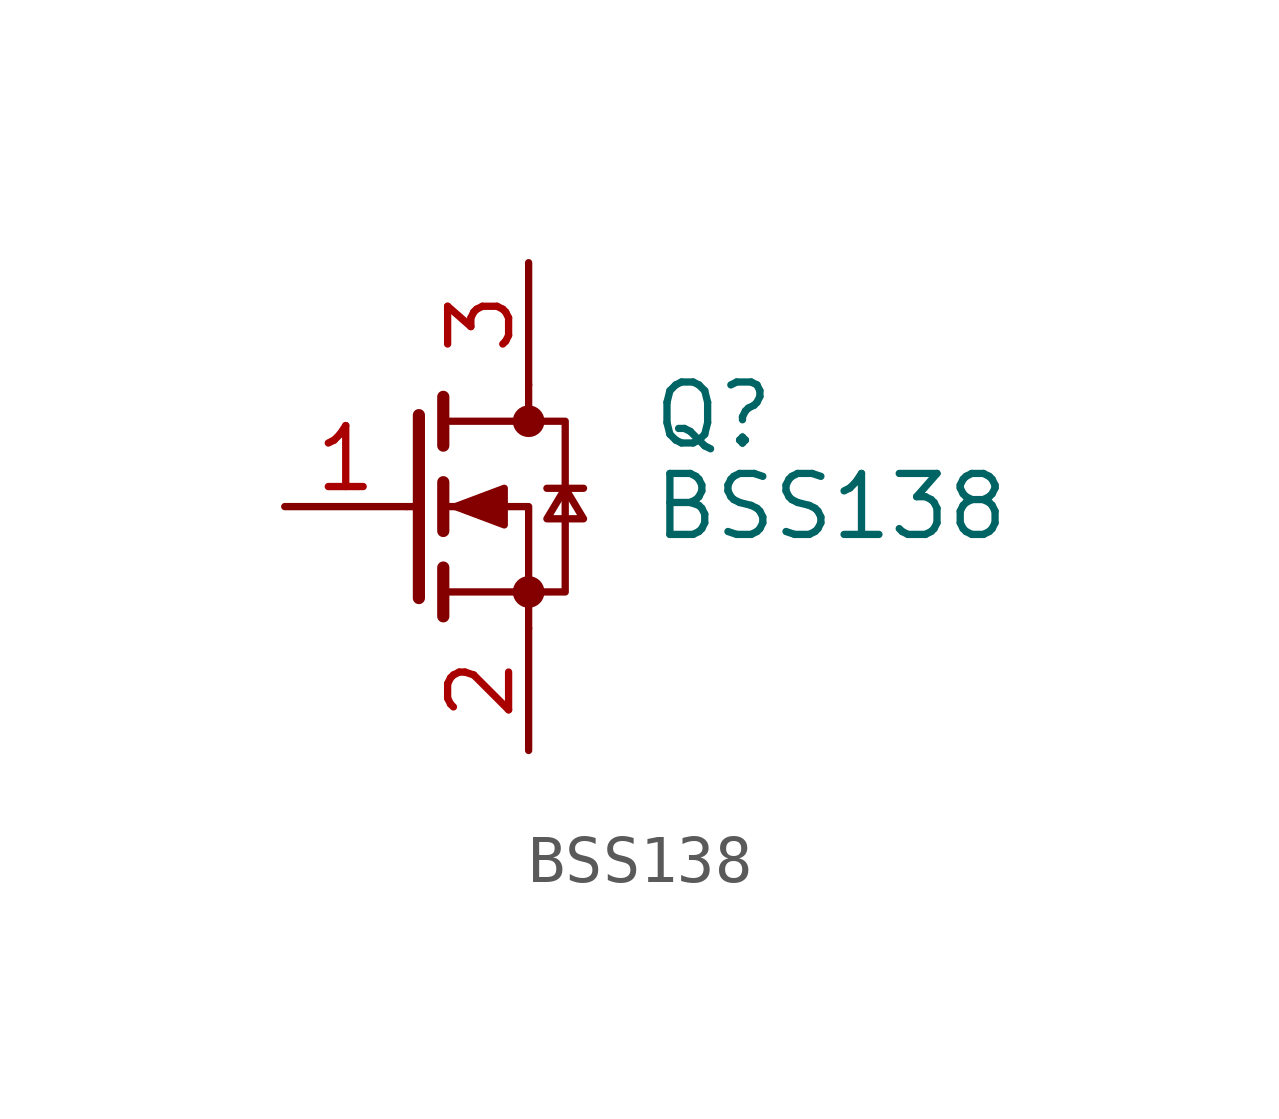
<source format=kicad_sym>
(kicad_symbol_lib
  (version 20241209)
  (generator "kicad_symbol_editor")
  (generator_version "9.0")
  (symbol "BSS138"
    (pin_names
      (offset 0)
      (hide yes))
    (property "Reference" "Q"
      (at 5.08 1.905 0)
      (effects (font (size 1.27 1.27)) (justify left)))
    (property "Value" "BSS138"
      (at 5.08 0 0)
      (effects (font (size 1.27 1.27)) (justify left)))
    (symbol "BSS138_0_1"
      (polyline (pts (xy 0.254 1.905) (xy 0.254 -1.905)) (stroke (width 0.254) (type default)) (fill (type none)))
      (polyline (pts (xy 0.254 0) (xy 0 0)) (stroke (width 0) (type default)) (fill (type none)))
      (polyline (pts (xy 0.762 2.286) (xy 0.762 1.27)) (stroke (width 0.254) (type default)) (fill (type none)))
      (polyline (pts (xy 0.762 0.508) (xy 0.762 -0.508)) (stroke (width 0.254) (type default)) (fill (type none)))
      (polyline (pts (xy 0.762 -1.27) (xy 0.762 -2.286)) (stroke (width 0.254) (type default)) (fill (type none)))
      (polyline (pts (xy 0.762 -1.778) (xy 3.302 -1.778) (xy 3.302 1.778) (xy 0.762 1.778)) (stroke (width 0) (type default)) (fill (type none)))
      (polyline (pts (xy 1.016 0) (xy 2.032 0.381) (xy 2.032 -0.381) (xy 1.016 0)) (stroke (width 0) (type default)) (fill (type outline)))
      (polyline (pts (xy 2.54 2.54) (xy 2.54 1.778)) (stroke (width 0) (type default)) (fill (type none)))
      (circle (center 2.54 1.778) (radius 0.254) (stroke (width 0) (type default)) (fill (type outline)))
      (circle (center 2.54 -1.778) (radius 0.254) (stroke (width 0) (type default)) (fill (type outline)))
      (polyline (pts (xy 2.54 -2.54) (xy 2.54 0) (xy 0.762 0)) (stroke (width 0) (type default)) (fill (type none)))
      (polyline (pts (xy 2.921 0.381) (xy 3.683 0.381)) (stroke (width 0) (type default)) (fill (type none)))
      (polyline (pts (xy 3.302 0.381) (xy 2.921 -0.254) (xy 3.683 -0.254) (xy 3.302 0.381)) (stroke (width 0) (type default)) (fill (type none))))
    (symbol "BSS138_1_1"
      (pin input line (at -2.54 0 0) (length 2.54) (name "G" (effects (font (size 1.27 1.27)))) (number "1" (effects (font (size 1.27 1.27)))))
      (pin passive line (at 2.54 5.08 270) (length 2.54) (name "D" (effects (font (size 1.27 1.27)))) (number "3" (effects (font (size 1.27 1.27)))))
      (pin passive line (at 2.54 -5.08 90) (length 2.54) (name "S" (effects (font (size 1.27 1.27)))) (number "2" (effects (font (size 1.27 1.27))))))))
</source>
